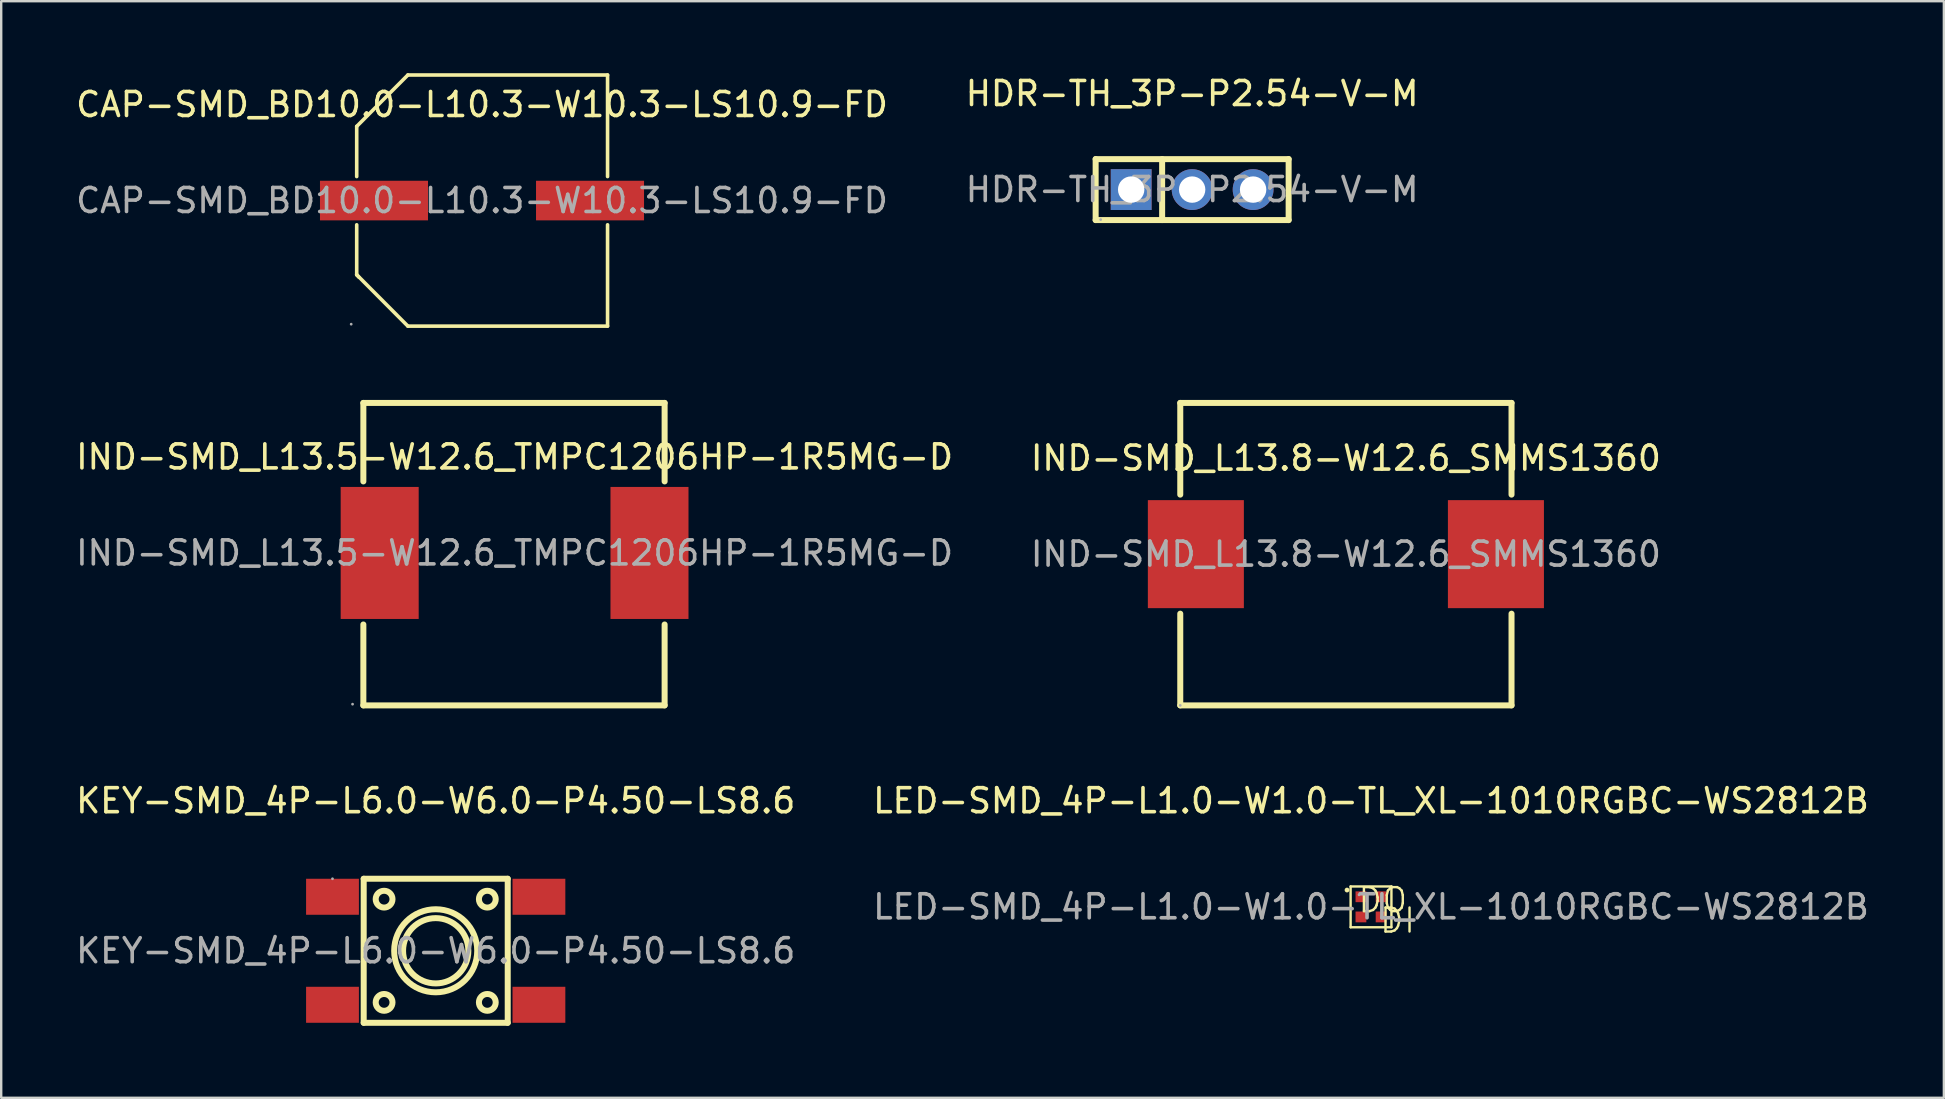
<source format=kicad_pcb>
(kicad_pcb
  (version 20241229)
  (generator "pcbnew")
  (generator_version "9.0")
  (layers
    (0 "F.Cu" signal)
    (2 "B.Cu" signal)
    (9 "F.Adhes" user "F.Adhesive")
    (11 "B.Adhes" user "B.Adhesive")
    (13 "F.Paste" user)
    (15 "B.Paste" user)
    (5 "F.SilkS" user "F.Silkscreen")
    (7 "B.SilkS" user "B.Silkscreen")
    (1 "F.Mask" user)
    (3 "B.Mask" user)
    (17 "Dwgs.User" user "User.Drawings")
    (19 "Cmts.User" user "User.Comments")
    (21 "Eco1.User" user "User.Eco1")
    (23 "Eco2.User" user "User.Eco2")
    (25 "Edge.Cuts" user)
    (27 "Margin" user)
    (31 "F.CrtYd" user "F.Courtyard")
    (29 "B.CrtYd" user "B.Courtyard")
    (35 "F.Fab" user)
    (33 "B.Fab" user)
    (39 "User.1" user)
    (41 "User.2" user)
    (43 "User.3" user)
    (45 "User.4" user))
  (footprint "IND-SMD_L13.8-W12.6_SMMS1360"
    (layer "F.Cu")
    (at 53.018 20.035)
    (property "Reference" "IND-SMD_L13.8-W12.6_SMMS1360" (at 0 -4 0) (layer "F.SilkS") (effects (font (size 1 1) (thickness 0.15))))
    (attr smd)
    (fp_line (start -6.9 -6.3) (end -6.9 -2.48) (stroke (width 0.25) (type solid)) (layer "F.SilkS"))
    (fp_line (start -6.9 -6.3) (end 6.9 -6.3) (stroke (width 0.25) (type solid)) (layer "F.SilkS"))
    (fp_line (start -6.9 2.48) (end -6.9 6.3) (stroke (width 0.25) (type solid)) (layer "F.SilkS"))
    (fp_line (start 6.9 -6.3) (end 6.9 -2.48) (stroke (width 0.25) (type solid)) (layer "F.SilkS"))
    (fp_line (start 6.9 2.48) (end 6.9 6.3) (stroke (width 0.25) (type solid)) (layer "F.SilkS"))
    (fp_line (start 6.9 6.3) (end -6.9 6.3) (stroke (width 0.25) (type solid)) (layer "F.SilkS"))
    (fp_circle (center -6.9 6.3) (end -6.87 6.3) (stroke (width 0.06) (type solid)) (fill no) (layer "F.Fab"))
    (fp_text user "${REFERENCE}" (at 0 0 0) (layer "F.Fab") (effects (font (size 1 1) (thickness 0.15))))
    (pad "1" smd rect (at -6.25 0) (size 4 4.5) (layers "F.Cu" "F.Mask" "F.Paste"))
    (pad "2" smd rect (at 6.25 0) (size 4 4.5) (layers "F.Cu" "F.Mask" "F.Paste")))
  (footprint "HDR-TH_3P-P2.54-V-M"
    (layer "F.Cu")
    (at 46.613 4.848)
    (property "Reference" "HDR-TH_3P-P2.54-V-M" (at 0 -4 0) (layer "F.SilkS") (effects (font (size 1 1) (thickness 0.15))))
    (attr through_hole)
    (fp_line (start -4.02 -1.27) (end -4.02 1.27) (stroke (width 0.25) (type solid)) (layer "F.SilkS"))
    (fp_line (start -4.02 -1.27) (end 4.02 -1.27) (stroke (width 0.25) (type solid)) (layer "F.SilkS"))
    (fp_line (start -4.02 1.27) (end 4.02 1.27) (stroke (width 0.25) (type solid)) (layer "F.SilkS"))
    (fp_line (start -1.25 -1.27) (end -1.25 1.27) (stroke (width 0.25) (type solid)) (layer "F.SilkS"))
    (fp_line (start 4.02 -1.27) (end 4.02 1.27) (stroke (width 0.25) (type solid)) (layer "F.SilkS"))
    (fp_circle (center -3.81 1.25) (end -3.78 1.25) (stroke (width 0.06) (type solid)) (fill no) (layer "F.Fab"))
    (fp_text user "${REFERENCE}" (at 0 0 0) (layer "F.Fab") (effects (font (size 1 1) (thickness 0.15))))
    (pad "1" thru_hole rect (at -2.54 0) (size 1.7 1.7) (drill 1.1) (layers "*.Cu" "*.Mask"))
    (pad "2" thru_hole circle (at 0 0) (size 1.7 1.7) (drill 1.1) (layers "*.Cu" "*.Mask"))
    (pad "3" thru_hole circle (at 2.54 0) (size 1.7 1.7) (drill 1.1) (layers "*.Cu" "*.Mask")))
  (footprint "CAP-SMD_BD10.0-L10.3-W10.3-LS10.9-FD"
    (layer "F.Cu")
    (at 17.03 5.305)
    (property "Reference" "CAP-SMD_BD10.0-L10.3-W10.3-LS10.9-FD" (at 0 -4 0) (layer "F.SilkS") (effects (font (size 1 1) (thickness 0.15))))
    (attr smd)
    (fp_line (start -5.22 -3.09) (end -5.22 -1) (stroke (width 0.15) (type solid)) (layer "F.SilkS"))
    (fp_line (start -5.22 1.01) (end -5.22 3.09) (stroke (width 0.15) (type solid)) (layer "F.SilkS"))
    (fp_line (start -5.22 3.09) (end -5.13 3.19) (stroke (width 0.15) (type solid)) (layer "F.SilkS"))
    (fp_line (start -3.09 -5.23) (end -5.22 -3.09) (stroke (width 0.15) (type solid)) (layer "F.SilkS"))
    (fp_line (start -3.09 5.23) (end -5.22 3.09) (stroke (width 0.15) (type solid)) (layer "F.SilkS"))
    (fp_line (start 5.23 -5.23) (end -3.09 -5.23) (stroke (width 0.15) (type solid)) (layer "F.SilkS"))
    (fp_line (start 5.23 -1) (end 5.23 -5.23) (stroke (width 0.15) (type solid)) (layer "F.SilkS"))
    (fp_line (start 5.23 5.23) (end -3.09 5.23) (stroke (width 0.15) (type solid)) (layer "F.SilkS"))
    (fp_line (start 5.23 5.23) (end 5.23 1.01) (stroke (width 0.15) (type solid)) (layer "F.SilkS"))
    (fp_circle (center -5.45 5.15) (end -5.42 5.15) (stroke (width 0.06) (type solid)) (fill no) (layer "F.Fab"))
    (fp_text user "${REFERENCE}" (at 0 0 0) (layer "F.Fab") (effects (font (size 1 1) (thickness 0.15))))
    (pad "1" smd rect (at -4.5 0) (size 4.5 1.65) (layers "F.Cu" "F.Mask" "F.Paste"))
    (pad "2" smd rect (at 4.5 0) (size 4.5 1.65) (layers "F.Cu" "F.Mask" "F.Paste")))
  (footprint "LED-SMD_4P-L1.0-W1.0-TL_XL-1010RGBC-WS2812B"
    (layer "F.Cu")
    (at 54.065 34.728)
    (property "Reference" "LED-SMD_4P-L1.0-W1.0-TL_XL-1010RGBC-WS2812B" (at 0 -4.42 0) (layer "F.SilkS") (effects (font (size 1 1) (thickness 0.15))))
    (attr smd)
    (fp_line (start -0.85 -0.85) (end -0.85 0.85) (stroke (width 0.1) (type solid)) (layer "F.SilkS"))
    (fp_line (start -0.85 0.85) (end 0.85 0.85) (stroke (width 0.1) (type solid)) (layer "F.SilkS"))
    (fp_line (start 0.85 -0.85) (end -0.85 -0.85) (stroke (width 0.1) (type solid)) (layer "F.SilkS"))
    (fp_line (start 0.85 0.85) (end 0.85 -0.85) (stroke (width 0.1) (type solid)) (layer "F.SilkS"))
    (fp_circle (center -1 -0.7) (end -0.95 -0.7) (stroke (width 0.1) (type solid)) (fill no) (layer "F.SilkS"))
    (fp_circle (center -0.5 -0.5) (end -0.47 -0.5) (stroke (width 0.06) (type solid)) (fill no) (layer "F.Fab"))
    (fp_text user "DO" (at -0.6 -0.28 0) (layer "F.SilkS") (effects (font (size 1 1) (thickness 0.1)) (justify left)))
    (fp_text user "DI" (at 0.3 0.57 0) (layer "F.SilkS") (effects (font (size 1 1) (thickness 0.1)) (justify left)))
    (fp_text user "${REFERENCE}" (at 0 0 0) (layer "F.Fab") (effects (font (size 1 1) (thickness 0.15))))
    (pad "1" smd rect (at -0.42 -0.42) (size 0.45 0.45) (layers "F.Cu" "F.Mask" "F.Paste"))
    (pad "2" smd rect (at 0.42 -0.42) (size 0.45 0.45) (layers "F.Cu" "F.Mask" "F.Paste"))
    (pad "3" smd rect (at -0.42 0.42) (size 0.45 0.45) (layers "F.Cu" "F.Mask" "F.Paste"))
    (pad "4" smd rect (at 0.42 0.42) (size 0.45 0.45) (layers "F.Cu" "F.Mask" "F.Paste")))
  (footprint "IND-SMD_L13.5-W12.6_TMPC1206HP-1R5MG-D"
    (layer "F.Cu")
    (at 18.387 19.985)
    (property "Reference" "IND-SMD_L13.5-W12.6_TMPC1206HP-1R5MG-D" (at 0 -4 0) (layer "F.SilkS") (effects (font (size 1 1) (thickness 0.15))))
    (attr smd)
    (fp_line (start -6.3 -6.25) (end 6.25 -6.25) (stroke (width 0.25) (type solid)) (layer "F.SilkS"))
    (fp_line (start -6.3 -2.98) (end -6.3 -6.25) (stroke (width 0.25) (type solid)) (layer "F.SilkS"))
    (fp_line (start -6.3 6.35) (end -6.3 2.98) (stroke (width 0.25) (type solid)) (layer "F.SilkS"))
    (fp_line (start 6.25 -6.25) (end 6.25 -2.98) (stroke (width 0.25) (type solid)) (layer "F.SilkS"))
    (fp_line (start 6.25 2.98) (end 6.25 6.35) (stroke (width 0.25) (type solid)) (layer "F.SilkS"))
    (fp_line (start 6.25 6.35) (end -6.3 6.35) (stroke (width 0.25) (type solid)) (layer "F.SilkS"))
    (fp_circle (center -6.75 6.3) (end -6.72 6.3) (stroke (width 0.06) (type solid)) (fill no) (layer "F.Fab"))
    (fp_text user "${REFERENCE}" (at 0 0 0) (layer "F.Fab") (effects (font (size 1 1) (thickness 0.15))))
    (pad "1" smd rect (at -5.62 0) (size 3.25 5.5) (layers "F.Cu" "F.Mask" "F.Paste"))
    (pad "2" smd rect (at 5.62 0) (size 3.25 5.5) (layers "F.Cu" "F.Mask" "F.Paste")))
  (footprint "KEY-SMD_4P-L6.0-W6.0-P4.50-LS8.6"
    (layer "F.Cu")
    (at 15.101 36.558)
    (property "Reference" "KEY-SMD_4P-L6.0-W6.0-P4.50-LS8.6" (at 0 -6.25 0) (layer "F.SilkS") (effects (font (size 1 1) (thickness 0.15))))
    (attr smd)
    (fp_line (start -3 -3) (end -3 3) (stroke (width 0.25) (type solid)) (layer "F.SilkS"))
    (fp_line (start -3 -3) (end 3 -3) (stroke (width 0.25) (type solid)) (layer "F.SilkS"))
    (fp_line (start -3 3) (end 3 3) (stroke (width 0.25) (type solid)) (layer "F.SilkS"))
    (fp_line (start 3 -3) (end 3 3) (stroke (width 0.25) (type solid)) (layer "F.SilkS"))
    (fp_circle (center -2.15 -2.15) (end -1.8 -2.15) (stroke (width 0.25) (type solid)) (fill no) (layer "F.SilkS"))
    (fp_circle (center -2.15 2.15) (end -1.8 2.15) (stroke (width 0.25) (type solid)) (fill no) (layer "F.SilkS"))
    (fp_circle (center 0 0) (end 1.36 0) (stroke (width 0.25) (type solid)) (fill no) (layer "F.SilkS"))
    (fp_circle (center 0 0) (end 1.73 0) (stroke (width 0.25) (type solid)) (fill no) (layer "F.SilkS"))
    (fp_circle (center 2.15 -2.15) (end 2.5 -2.15) (stroke (width 0.25) (type solid)) (fill no) (layer "F.SilkS"))
    (fp_circle (center 2.15 2.15) (end 2.5 2.15) (stroke (width 0.25) (type solid)) (fill no) (layer "F.SilkS"))
    (fp_circle (center -4.3 -3) (end -4.27 -3) (stroke (width 0.06) (type solid)) (fill no) (layer "F.Fab"))
    (fp_text user "${REFERENCE}" (at 0 0 0) (layer "F.Fab") (effects (font (size 1 1) (thickness 0.15))))
    (pad "1" smd rect (at -4.3 -2.25) (size 2.2 1.5) (layers "F.Cu" "F.Mask" "F.Paste"))
    (pad "2" smd rect (at 4.3 -2.25) (size 2.2 1.5) (layers "F.Cu" "F.Mask" "F.Paste"))
    (pad "3" smd rect (at -4.3 2.25) (size 2.2 1.5) (layers "F.Cu" "F.Mask" "F.Paste"))
    (pad "4" smd rect (at 4.3 2.25) (size 2.2 1.5) (layers "F.Cu" "F.Mask" "F.Paste")))
  (gr_rect
    (start -3 -3)
    (end 77.929 42.683)
    (stroke (width 0.1) (type default))
    (fill no)
    (layer "Edge.Cuts")))
</source>
